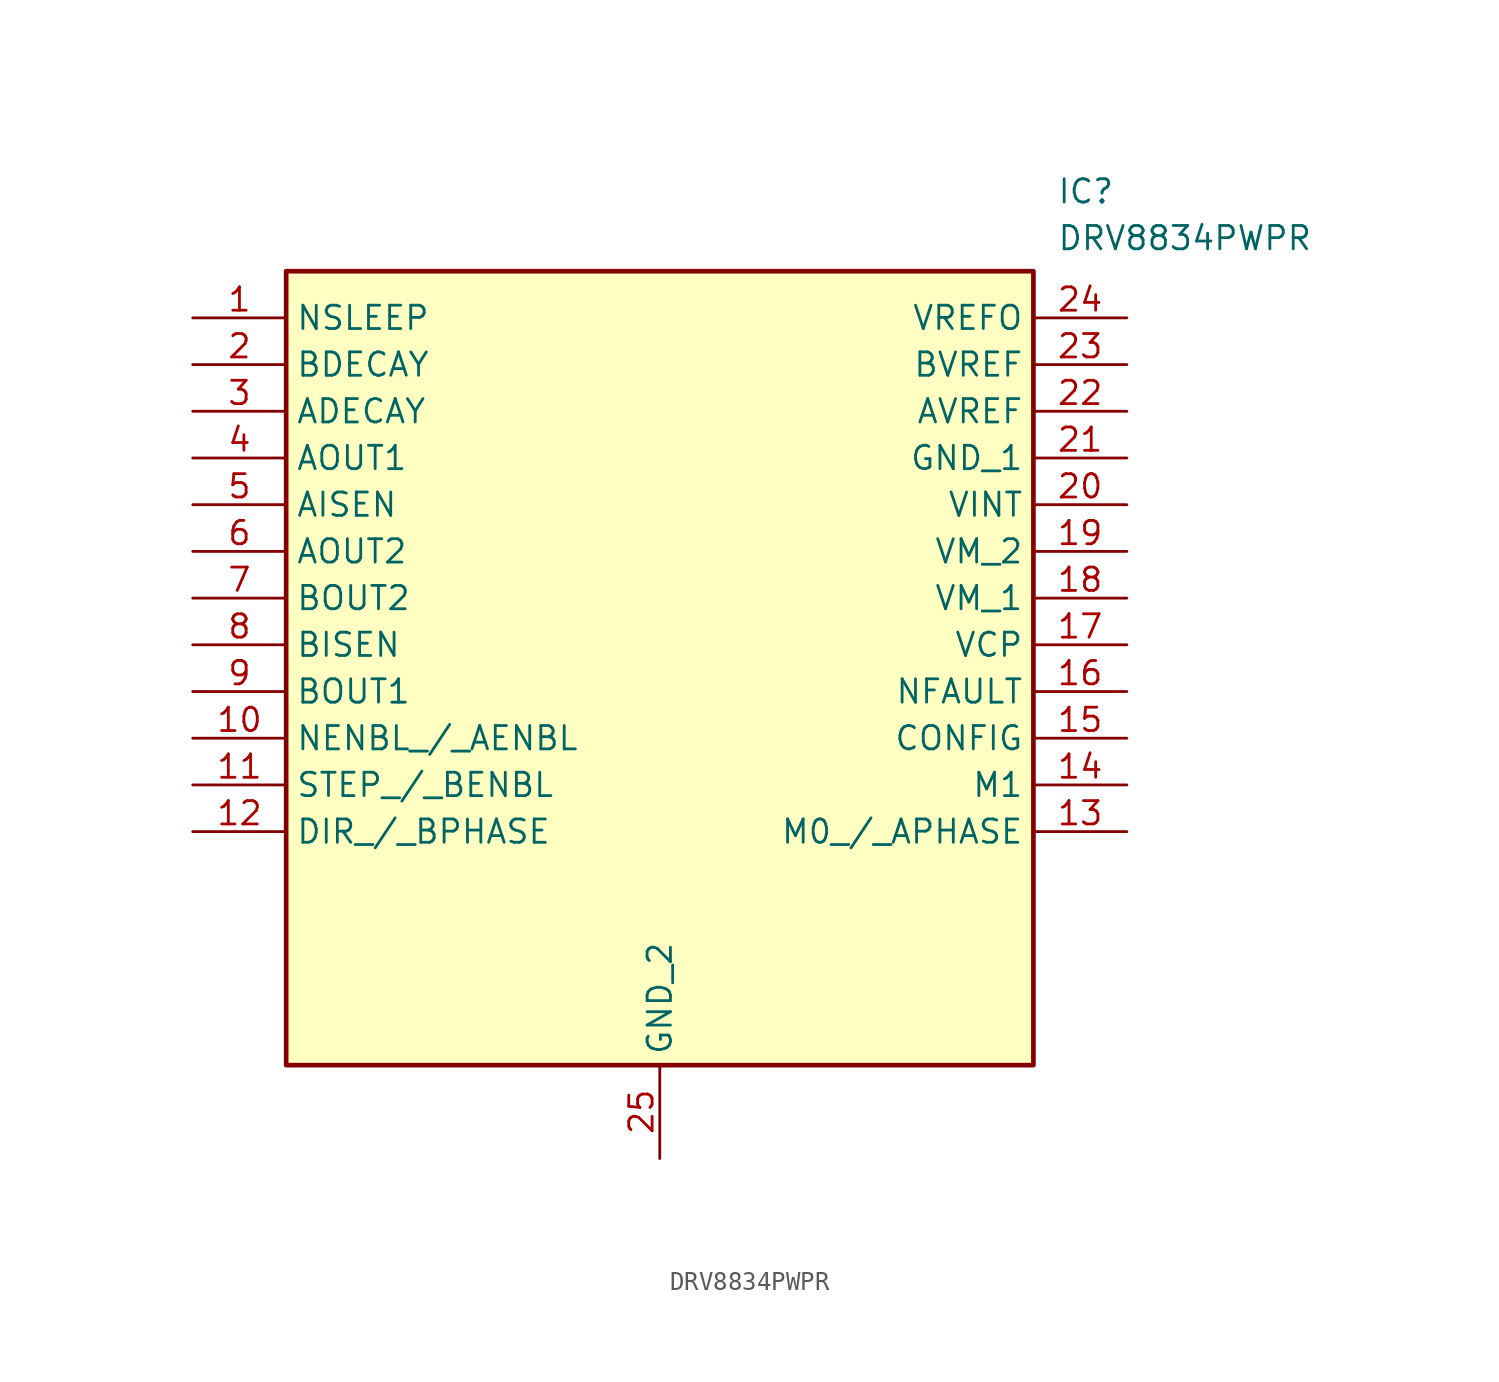
<source format=kicad_sym>
(kicad_symbol_lib
  (version 20231120)
  (generator "kicad_symbol_editor")
  (generator_version "8.0")
  (symbol "DRV8834PWPR"
    (property "Reference" "IC"
      (at 46.99 7.62 0)
      (effects (font (size 1.27 1.27)) (justify left top)))
    (property "Value" "DRV8834PWPR"
      (at 46.99 5.08 0)
      (effects (font (size 1.27 1.27)) (justify left top)))
    (symbol "DRV8834PWPR_1_1"
      (rectangle (start 5.08 2.54) (end 45.72 -40.64) (stroke (width 0.254) (type default)) (fill (type background)))
      (pin passive line (at 0 0 0) (length 5.08) (name "NSLEEP" (effects (font (size 1.27 1.27)))) (number "1" (effects (font (size 1.27 1.27)))))
      (pin passive line (at 0 -22.86 0) (length 5.08) (name "NENBL_/_AENBL" (effects (font (size 1.27 1.27)))) (number "10" (effects (font (size 1.27 1.27)))))
      (pin passive line (at 0 -25.4 0) (length 5.08) (name "STEP_/_BENBL" (effects (font (size 1.27 1.27)))) (number "11" (effects (font (size 1.27 1.27)))))
      (pin passive line (at 0 -27.94 0) (length 5.08) (name "DIR_/_BPHASE" (effects (font (size 1.27 1.27)))) (number "12" (effects (font (size 1.27 1.27)))))
      (pin passive line (at 50.8 -27.94 180) (length 5.08) (name "M0_/_APHASE" (effects (font (size 1.27 1.27)))) (number "13" (effects (font (size 1.27 1.27)))))
      (pin passive line (at 50.8 -25.4 180) (length 5.08) (name "M1" (effects (font (size 1.27 1.27)))) (number "14" (effects (font (size 1.27 1.27)))))
      (pin passive line (at 50.8 -22.86 180) (length 5.08) (name "CONFIG" (effects (font (size 1.27 1.27)))) (number "15" (effects (font (size 1.27 1.27)))))
      (pin passive line (at 50.8 -20.32 180) (length 5.08) (name "NFAULT" (effects (font (size 1.27 1.27)))) (number "16" (effects (font (size 1.27 1.27)))))
      (pin passive line (at 50.8 -17.78 180) (length 5.08) (name "VCP" (effects (font (size 1.27 1.27)))) (number "17" (effects (font (size 1.27 1.27)))))
      (pin passive line (at 50.8 -15.24 180) (length 5.08) (name "VM_1" (effects (font (size 1.27 1.27)))) (number "18" (effects (font (size 1.27 1.27)))))
      (pin passive line (at 50.8 -12.7 180) (length 5.08) (name "VM_2" (effects (font (size 1.27 1.27)))) (number "19" (effects (font (size 1.27 1.27)))))
      (pin passive line (at 0 -2.54 0) (length 5.08) (name "BDECAY" (effects (font (size 1.27 1.27)))) (number "2" (effects (font (size 1.27 1.27)))))
      (pin passive line (at 50.8 -10.16 180) (length 5.08) (name "VINT" (effects (font (size 1.27 1.27)))) (number "20" (effects (font (size 1.27 1.27)))))
      (pin passive line (at 50.8 -7.62 180) (length 5.08) (name "GND_1" (effects (font (size 1.27 1.27)))) (number "21" (effects (font (size 1.27 1.27)))))
      (pin passive line (at 50.8 -5.08 180) (length 5.08) (name "AVREF" (effects (font (size 1.27 1.27)))) (number "22" (effects (font (size 1.27 1.27)))))
      (pin passive line (at 50.8 -2.54 180) (length 5.08) (name "BVREF" (effects (font (size 1.27 1.27)))) (number "23" (effects (font (size 1.27 1.27)))))
      (pin passive line (at 50.8 0 180) (length 5.08) (name "VREFO" (effects (font (size 1.27 1.27)))) (number "24" (effects (font (size 1.27 1.27)))))
      (pin passive line (at 25.4 -45.72 90) (length 5.08) (name "GND_2" (effects (font (size 1.27 1.27)))) (number "25" (effects (font (size 1.27 1.27)))))
      (pin passive line (at 0 -5.08 0) (length 5.08) (name "ADECAY" (effects (font (size 1.27 1.27)))) (number "3" (effects (font (size 1.27 1.27)))))
      (pin passive line (at 0 -7.62 0) (length 5.08) (name "AOUT1" (effects (font (size 1.27 1.27)))) (number "4" (effects (font (size 1.27 1.27)))))
      (pin passive line (at 0 -10.16 0) (length 5.08) (name "AISEN" (effects (font (size 1.27 1.27)))) (number "5" (effects (font (size 1.27 1.27)))))
      (pin passive line (at 0 -12.7 0) (length 5.08) (name "AOUT2" (effects (font (size 1.27 1.27)))) (number "6" (effects (font (size 1.27 1.27)))))
      (pin passive line (at 0 -15.24 0) (length 5.08) (name "BOUT2" (effects (font (size 1.27 1.27)))) (number "7" (effects (font (size 1.27 1.27)))))
      (pin passive line (at 0 -17.78 0) (length 5.08) (name "BISEN" (effects (font (size 1.27 1.27)))) (number "8" (effects (font (size 1.27 1.27)))))
      (pin passive line (at 0 -20.32 0) (length 5.08) (name "BOUT1" (effects (font (size 1.27 1.27)))) (number "9" (effects (font (size 1.27 1.27))))))))
</source>
